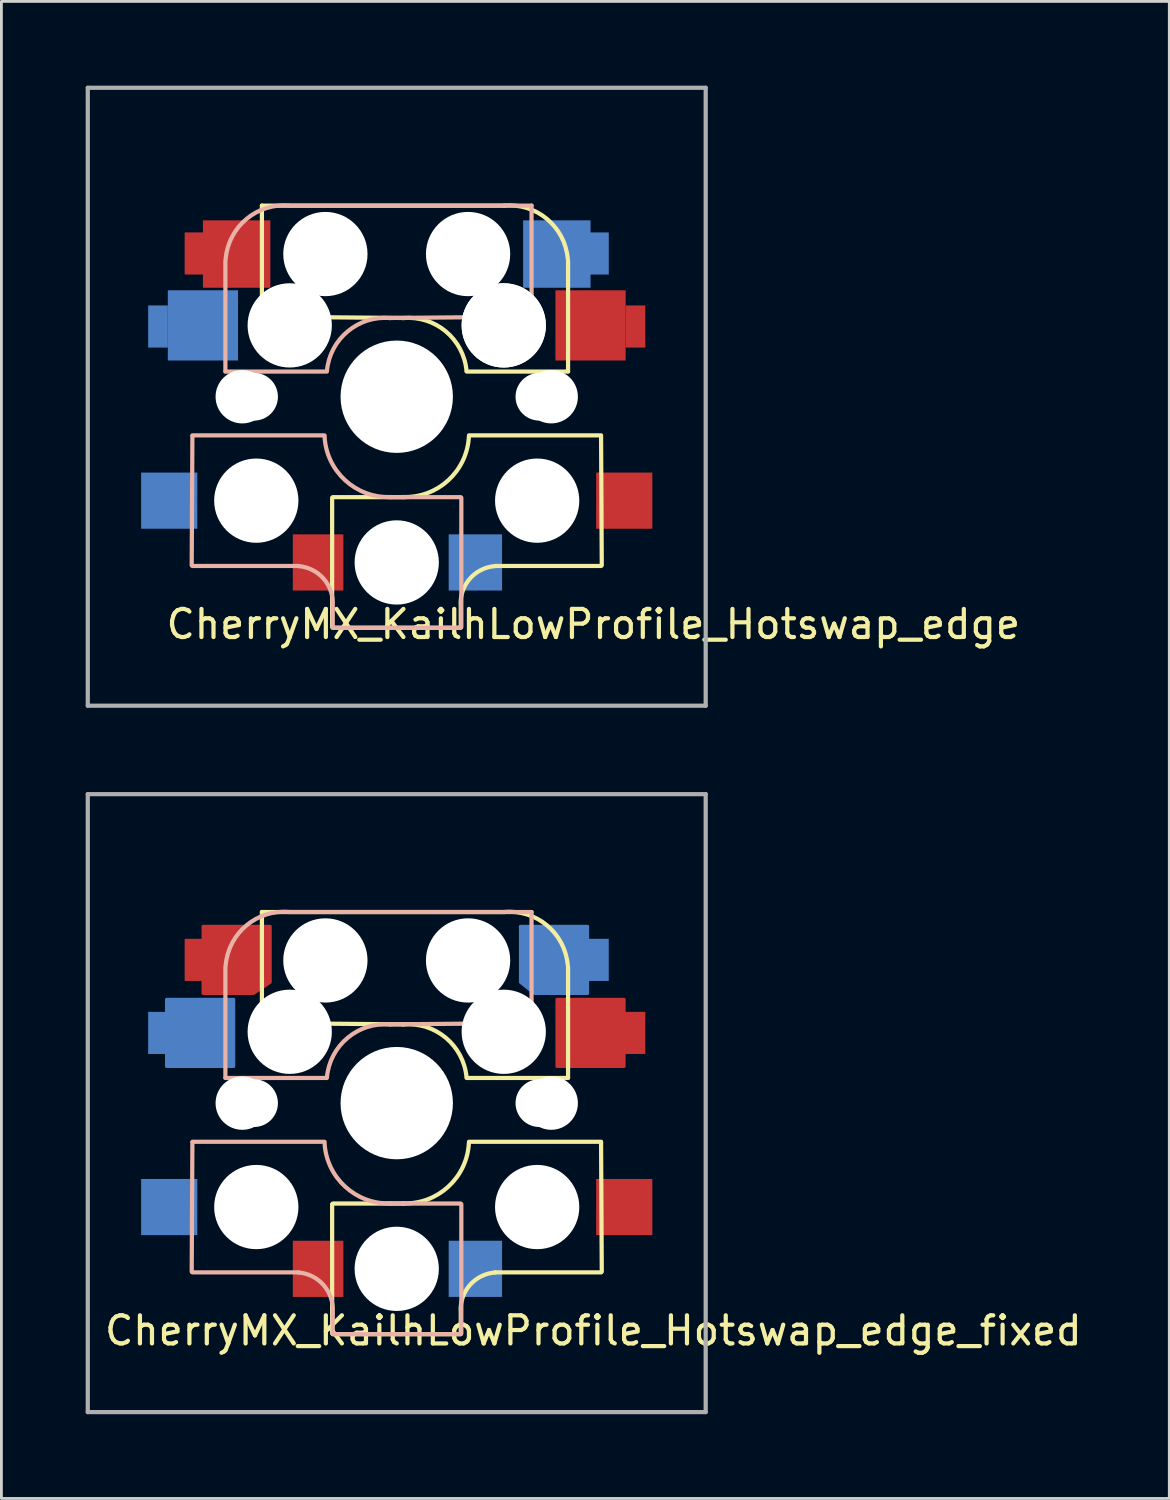
<source format=kicad_pcb>
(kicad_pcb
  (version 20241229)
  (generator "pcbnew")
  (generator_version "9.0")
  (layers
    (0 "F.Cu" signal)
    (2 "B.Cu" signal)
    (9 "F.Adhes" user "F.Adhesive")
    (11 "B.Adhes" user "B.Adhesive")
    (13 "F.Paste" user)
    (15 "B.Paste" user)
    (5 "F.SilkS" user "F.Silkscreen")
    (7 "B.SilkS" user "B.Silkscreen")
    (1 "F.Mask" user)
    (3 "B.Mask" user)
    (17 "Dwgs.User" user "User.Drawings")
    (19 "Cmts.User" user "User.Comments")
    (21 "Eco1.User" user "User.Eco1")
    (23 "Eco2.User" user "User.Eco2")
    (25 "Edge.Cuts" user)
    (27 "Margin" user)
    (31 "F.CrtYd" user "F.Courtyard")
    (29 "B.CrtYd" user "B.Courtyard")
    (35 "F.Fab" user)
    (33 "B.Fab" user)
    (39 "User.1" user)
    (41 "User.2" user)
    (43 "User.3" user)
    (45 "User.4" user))
  (footprint "CherryMX_KailhLowProfile_Hotswap_edge"
    (layer "F.Cu")
    (at 11.075 11.075)
    (property "Reference" "CherryMX_KailhLowProfile_Hotswap_edge" (at 7 8.1 0) (layer "F.SilkS") (effects (font (size 1 1) (thickness 0.15))))
    (attr through_hole)
    (fp_line (start -4.8 -6.804) (end 3.825 -6.804) (stroke (width 0.15) (type solid)) (layer "F.SilkS"))
    (fp_line (start -4.8 -2.896) (end -4.8 -6.804) (stroke (width 0.15) (type solid)) (layer "F.SilkS"))
    (fp_line (start -4.8 -2.85) (end 0.25 -2.804) (stroke (width 0.15) (type solid)) (layer "F.SilkS"))
    (fp_line (start -2.3 3.6) (end -2.3 8.2) (stroke (width 0.15) (type solid)) (layer "F.SilkS"))
    (fp_line (start -2.275 3.575) (end 0.275 3.575) (stroke (width 0.15) (type solid)) (layer "F.SilkS"))
    (fp_line (start -2.275 8.225) (end 2.275 8.225) (stroke (width 0.15) (type solid)) (layer "F.SilkS"))
    (fp_line (start 2.28 7.5) (end 2.28 8.2) (stroke (width 0.15) (type solid)) (layer "F.SilkS"))
    (fp_line (start 2.575 1.375) (end 7.275 1.375) (stroke (width 0.15) (type solid)) (layer "F.SilkS"))
    (fp_line (start 3.5 6.025) (end 7.275 6.025) (stroke (width 0.15) (type solid)) (layer "F.SilkS"))
    (fp_line (start 6.1 -4.85) (end 6.1 -0.905) (stroke (width 0.15) (type solid)) (layer "F.SilkS"))
    (fp_line (start 6.1 -0.896) (end 2.49 -0.896) (stroke (width 0.15) (type solid)) (layer "F.SilkS"))
    (fp_line (start 7.275 1.4) (end 7.3 6) (stroke (width 0.15) (type solid)) (layer "F.SilkS"))
    (fp_arc (start 0.225 -2.8) (mid 1.744361 -2.328062) (end 2.485001 -0.920001) (stroke (width 0.15) (type solid)) (layer "F.SilkS"))
    (fp_arc (start 2.279999 7.449999) (mid 2.595908 6.487329) (end 3.5 6.03) (stroke (width 0.15) (type solid)) (layer "F.SilkS"))
    (fp_arc (start 2.57 1.4) (mid 1.834422 2.975843) (end 0.2 3.57) (stroke (width 0.15) (type solid)) (layer "F.SilkS"))
    (fp_arc (start 3.825 -6.804) (mid 5.347189 -6.33089) (end 6.089 -4.92) (stroke (width 0.15) (type solid)) (layer "F.SilkS"))
    (fp_line (start -7.275 1.4) (end -7.3 6) (stroke (width 0.15) (type solid)) (layer "B.SilkS"))
    (fp_line (start -6.1 -4.85) (end -6.1 -0.905) (stroke (width 0.15) (type solid)) (layer "B.SilkS"))
    (fp_line (start -6.1 -0.896) (end -2.49 -0.896) (stroke (width 0.15) (type solid)) (layer "B.SilkS"))
    (fp_line (start -3.5 6.025) (end -7.275 6.025) (stroke (width 0.15) (type solid)) (layer "B.SilkS"))
    (fp_line (start -2.575 1.375) (end -7.275 1.375) (stroke (width 0.15) (type solid)) (layer "B.SilkS"))
    (fp_line (start -2.28 7.5) (end -2.28 8.2) (stroke (width 0.15) (type solid)) (layer "B.SilkS"))
    (fp_line (start 2.275 3.575) (end -0.275 3.575) (stroke (width 0.15) (type solid)) (layer "B.SilkS"))
    (fp_line (start 2.275 8.225) (end -2.275 8.225) (stroke (width 0.15) (type solid)) (layer "B.SilkS"))
    (fp_line (start 2.3 3.6) (end 2.3 8.2) (stroke (width 0.15) (type solid)) (layer "B.SilkS"))
    (fp_line (start 4.8 -6.804) (end -3.825 -6.804) (stroke (width 0.15) (type solid)) (layer "B.SilkS"))
    (fp_line (start 4.8 -2.896) (end 4.8 -6.804) (stroke (width 0.15) (type solid)) (layer "B.SilkS"))
    (fp_line (start 4.8 -2.85) (end -0.25 -2.804) (stroke (width 0.15) (type solid)) (layer "B.SilkS"))
    (fp_arc (start -6.089 -4.92) (mid -5.347189 -6.33089) (end -3.825 -6.804) (stroke (width 0.15) (type solid)) (layer "B.SilkS"))
    (fp_arc (start -3.5 6.03) (mid -2.595908 6.48733) (end -2.28 7.45) (stroke (width 0.15) (type solid)) (layer "B.SilkS"))
    (fp_arc (start -2.484999 -0.920001) (mid -1.74436 -2.328062) (end -0.225 -2.8) (stroke (width 0.15) (type solid)) (layer "B.SilkS"))
    (fp_arc (start -0.2 3.57) (mid -1.834422 2.975843) (end -2.57 1.4) (stroke (width 0.15) (type solid)) (layer "B.SilkS"))
    (fp_line (start -9 -9) (end 9 -9) (stroke (width 0.15) (type solid)) (layer "Eco2.User"))
    (fp_line (start -9 9) (end -9 -9) (stroke (width 0.15) (type solid)) (layer "Eco2.User"))
    (fp_line (start -7 -7) (end 7 -7) (stroke (width 0.15) (type solid)) (layer "Eco2.User"))
    (fp_line (start -7 7) (end -7 -7) (stroke (width 0.15) (type solid)) (layer "Eco2.User"))
    (fp_line (start 7 -7) (end 7 7) (stroke (width 0.15) (type solid)) (layer "Eco2.User"))
    (fp_line (start 7 7) (end -7 7) (stroke (width 0.15) (type solid)) (layer "Eco2.User"))
    (fp_line (start 9 -9) (end 9 9) (stroke (width 0.15) (type solid)) (layer "Eco2.User"))
    (fp_line (start 9 9) (end -9 9) (stroke (width 0.15) (type solid)) (layer "Eco2.User"))
    (fp_line (start -11 -11) (end -11 11) (stroke (width 0.15) (type solid)) (layer "F.Fab"))
    (fp_line (start -11 11) (end 11 11) (stroke (width 0.15) (type solid)) (layer "F.Fab"))
    (fp_line (start 11 -11) (end -11 -11) (stroke (width 0.15) (type solid)) (layer "F.Fab"))
    (fp_line (start 11 11) (end 11 -11) (stroke (width 0.15) (type solid)) (layer "F.Fab"))
    (pad "" np_thru_hole circle (at -5.5 0 90) (size 1.9 1.9) (drill 1.9) (layers "*.Cu" "*.Mask"))
    (pad "" np_thru_hole circle (at -5.08 0) (size 1.7 1.7) (drill 1.7) (layers "*.Cu" "*.Mask"))
    (pad "" np_thru_hole circle (at -5 3.7 90) (size 3 3) (drill 3) (layers "*.Cu" "*.Mask"))
    (pad "" np_thru_hole circle (at -3.825 -2.58 180) (size 0.1 0.1) (drill 0.1) (layers "*.Cu" "*.Mask"))
    (pad "" np_thru_hole circle (at -3.81 -2.54 180) (size 3 3) (drill 3) (layers "*.Cu" "*.Mask"))
    (pad "" np_thru_hole circle (at -2.54 -5.08 180) (size 3 3) (drill 3) (layers "*.Cu" "*.Mask"))
    (pad "" np_thru_hole circle (at 0 0 90) (size 4 4) (drill 4) (layers "*.Cu" "*.Mask"))
    (pad "" np_thru_hole circle (at 0 5.9 90) (size 3 3) (drill 3) (layers "*.Cu" "*.Mask"))
    (pad "" np_thru_hole circle (at 2.54 -5.08 180) (size 3 3) (drill 3) (layers "*.Cu" "*.Mask"))
    (pad "" np_thru_hole circle (at 3.81 -2.54 180) (size 3 3) (drill 3) (layers "*.Cu" "*.Mask"))
    (pad "" np_thru_hole circle (at 3.81 -2.54 180) (size 3 3) (drill 3) (layers "*.Cu" "*.Mask"))
    (pad "" np_thru_hole circle (at 3.825 -2.58 180) (size 0.1 0.1) (drill 0.1) (layers "*.Cu" "*.Mask"))
    (pad "" np_thru_hole circle (at 5 3.7 270) (size 3 3) (drill 3) (layers "*.Cu" "*.Mask"))
    (pad "" np_thru_hole circle (at 5.08 0) (size 1.7 1.7) (drill 1.7) (layers "*.Cu" "*.Mask"))
    (pad "" np_thru_hole circle (at 5.5 0 90) (size 1.9 1.9) (drill 1.9) (layers "*.Cu" "*.Mask"))
    (pad "1" smd rect (at -8.5 -2.5) (size 0.7 1.5) (layers "B.Cu" "B.Mask" "B.Paste"))
    (pad "1" smd rect (at -8.1 3.7 180) (size 2 2) (layers "B.Cu" "B.Mask" "B.Paste"))
    (pad "1" smd rect (at -7.2 -5.1) (size 0.7 1.5) (layers "F.Cu" "F.Mask" "F.Paste"))
    (pad "1" smd rect (at -6.9 -2.54 180) (size 2.5 2.5) (layers "B.Cu" "B.Mask" "B.Paste"))
    (pad "1" smd rect (at -5.7 -5.08 180) (size 2.4 2.4) (layers "F.Cu" "F.Mask" "F.Paste"))
    (pad "1" smd rect (at 8.1 3.7 180) (size 2 2) (layers "F.Cu" "F.Mask" "F.Paste"))
    (pad "2" smd rect (at -2.8 5.9 180) (size 1.8 2) (layers "F.Cu" "F.Mask" "F.Paste"))
    (pad "2" smd rect (at 2.8 5.9 180) (size 1.9 2) (layers "B.Cu" "B.Mask" "B.Paste"))
    (pad "2" smd rect (at 5.7 -5.08 180) (size 2.4 2.4) (layers "B.Cu" "B.Mask" "B.Paste"))
    (pad "2" smd rect (at 6.9 -2.54 180) (size 2.5 2.5) (layers "F.Cu" "F.Mask" "F.Paste"))
    (pad "2" smd rect (at 7.2 -5.1) (size 0.7 1.5) (layers "B.Cu" "B.Mask" "B.Paste"))
    (pad "2" smd rect (at 8.5 -2.5) (size 0.7 1.5) (layers "F.Cu" "F.Mask" "F.Paste")))
  (footprint "CherryMX_KailhLowProfile_Hotswap_edge_fixed"
    (layer "F.Cu")
    (at 11.075 36.225)
    (property "Reference" "CherryMX_KailhLowProfile_Hotswap_edge_fixed" (at 7 8.1 0) (layer "F.SilkS") (effects (font (size 1 1) (thickness 0.15))))
    (attr through_hole)
    (fp_line (start -4.8 -6.804) (end 3.825 -6.804) (stroke (width 0.15) (type solid)) (layer "F.SilkS"))
    (fp_line (start -4.8 -2.896) (end -4.8 -6.804) (stroke (width 0.15) (type solid)) (layer "F.SilkS"))
    (fp_line (start -4.8 -2.85) (end 0.25 -2.804) (stroke (width 0.15) (type solid)) (layer "F.SilkS"))
    (fp_line (start -2.3 3.6) (end -2.3 8.2) (stroke (width 0.15) (type solid)) (layer "F.SilkS"))
    (fp_line (start -2.275 3.575) (end 0.275 3.575) (stroke (width 0.15) (type solid)) (layer "F.SilkS"))
    (fp_line (start -2.275 8.225) (end 2.275 8.225) (stroke (width 0.15) (type solid)) (layer "F.SilkS"))
    (fp_line (start 2.28 7.5) (end 2.28 8.2) (stroke (width 0.15) (type solid)) (layer "F.SilkS"))
    (fp_line (start 2.575 1.375) (end 7.275 1.375) (stroke (width 0.15) (type solid)) (layer "F.SilkS"))
    (fp_line (start 3.5 6.025) (end 7.275 6.025) (stroke (width 0.15) (type solid)) (layer "F.SilkS"))
    (fp_line (start 6.1 -4.85) (end 6.1 -0.905) (stroke (width 0.15) (type solid)) (layer "F.SilkS"))
    (fp_line (start 6.1 -0.896) (end 2.49 -0.896) (stroke (width 0.15) (type solid)) (layer "F.SilkS"))
    (fp_line (start 7.275 1.4) (end 7.3 6) (stroke (width 0.15) (type solid)) (layer "F.SilkS"))
    (fp_arc (start 0.225 -2.8) (mid 1.744361 -2.328062) (end 2.485001 -0.920001) (stroke (width 0.15) (type solid)) (layer "F.SilkS"))
    (fp_arc (start 2.279999 7.449999) (mid 2.595908 6.487329) (end 3.5 6.03) (stroke (width 0.15) (type solid)) (layer "F.SilkS"))
    (fp_arc (start 2.57 1.4) (mid 1.834422 2.975843) (end 0.2 3.57) (stroke (width 0.15) (type solid)) (layer "F.SilkS"))
    (fp_arc (start 3.825 -6.804) (mid 5.347189 -6.33089) (end 6.089 -4.92) (stroke (width 0.15) (type solid)) (layer "F.SilkS"))
    (fp_line (start -7.275 1.4) (end -7.3 6) (stroke (width 0.15) (type solid)) (layer "B.SilkS"))
    (fp_line (start -6.1 -4.85) (end -6.1 -0.905) (stroke (width 0.15) (type solid)) (layer "B.SilkS"))
    (fp_line (start -6.1 -0.896) (end -2.49 -0.896) (stroke (width 0.15) (type solid)) (layer "B.SilkS"))
    (fp_line (start -3.5 6.025) (end -7.275 6.025) (stroke (width 0.15) (type solid)) (layer "B.SilkS"))
    (fp_line (start -2.575 1.375) (end -7.275 1.375) (stroke (width 0.15) (type solid)) (layer "B.SilkS"))
    (fp_line (start -2.28 7.5) (end -2.28 8.2) (stroke (width 0.15) (type solid)) (layer "B.SilkS"))
    (fp_line (start 2.275 3.575) (end -0.275 3.575) (stroke (width 0.15) (type solid)) (layer "B.SilkS"))
    (fp_line (start 2.275 8.225) (end -2.275 8.225) (stroke (width 0.15) (type solid)) (layer "B.SilkS"))
    (fp_line (start 2.3 3.6) (end 2.3 8.2) (stroke (width 0.15) (type solid)) (layer "B.SilkS"))
    (fp_line (start 4.8 -6.804) (end -3.825 -6.804) (stroke (width 0.15) (type solid)) (layer "B.SilkS"))
    (fp_line (start 4.8 -2.896) (end 4.8 -6.804) (stroke (width 0.15) (type solid)) (layer "B.SilkS"))
    (fp_line (start 4.8 -2.85) (end -0.25 -2.804) (stroke (width 0.15) (type solid)) (layer "B.SilkS"))
    (fp_arc (start -6.089 -4.92) (mid -5.347189 -6.33089) (end -3.825 -6.804) (stroke (width 0.15) (type solid)) (layer "B.SilkS"))
    (fp_arc (start -3.5 6.03) (mid -2.595908 6.48733) (end -2.28 7.45) (stroke (width 0.15) (type solid)) (layer "B.SilkS"))
    (fp_arc (start -2.484999 -0.920001) (mid -1.74436 -2.328062) (end -0.225 -2.8) (stroke (width 0.15) (type solid)) (layer "B.SilkS"))
    (fp_arc (start -0.2 3.57) (mid -1.834422 2.975843) (end -2.57 1.4) (stroke (width 0.15) (type solid)) (layer "B.SilkS"))
    (fp_line (start -9 -9) (end 9 -9) (stroke (width 0.15) (type solid)) (layer "Eco2.User"))
    (fp_line (start -9 9) (end -9 -9) (stroke (width 0.15) (type solid)) (layer "Eco2.User"))
    (fp_line (start -7 -7) (end 7 -7) (stroke (width 0.15) (type solid)) (layer "Eco2.User"))
    (fp_line (start -7 7) (end -7 -7) (stroke (width 0.15) (type solid)) (layer "Eco2.User"))
    (fp_line (start 7 -7) (end 7 7) (stroke (width 0.15) (type solid)) (layer "Eco2.User"))
    (fp_line (start 7 7) (end -7 7) (stroke (width 0.15) (type solid)) (layer "Eco2.User"))
    (fp_line (start 9 -9) (end 9 9) (stroke (width 0.15) (type solid)) (layer "Eco2.User"))
    (fp_line (start 9 9) (end -9 9) (stroke (width 0.15) (type solid)) (layer "Eco2.User"))
    (fp_line (start -11 -11) (end -11 11) (stroke (width 0.15) (type solid)) (layer "F.Fab"))
    (fp_line (start -11 11) (end 11 11) (stroke (width 0.15) (type solid)) (layer "F.Fab"))
    (fp_line (start 11 -11) (end -11 -11) (stroke (width 0.15) (type solid)) (layer "F.Fab"))
    (fp_line (start 11 11) (end 11 -11) (stroke (width 0.15) (type solid)) (layer "F.Fab"))
    (pad "" np_thru_hole circle (at -5.5 0 90) (size 1.9 1.9) (drill 1.9) (layers "*.Cu" "*.Mask"))
    (pad "" np_thru_hole circle (at -5.08 0) (size 1.7 1.7) (drill 1.7) (layers "*.Cu" "*.Mask"))
    (pad "" np_thru_hole circle (at -5 3.7 90) (size 3 3) (drill 3) (layers "*.Cu" "*.Mask"))
    (pad "" np_thru_hole circle (at -3.81 -2.54 180) (size 3 3) (drill 3) (layers "*.Cu" "*.Mask"))
    (pad "" np_thru_hole circle (at -2.54 -5.08 180) (size 3 3) (drill 3) (layers "*.Cu" "*.Mask"))
    (pad "" np_thru_hole circle (at 0 0 90) (size 4 4) (drill 4) (layers "*.Cu" "*.Mask"))
    (pad "" np_thru_hole circle (at 0 5.9 90) (size 3 3) (drill 3) (layers "*.Cu" "*.Mask"))
    (pad "" np_thru_hole circle (at 2.54 -5.08 180) (size 3 3) (drill 3) (layers "*.Cu" "*.Mask"))
    (pad "" np_thru_hole circle (at 3.81 -2.54 180) (size 3 3) (drill 3) (layers "*.Cu" "*.Mask"))
    (pad "" np_thru_hole circle (at 5 3.7 270) (size 3 3) (drill 3) (layers "*.Cu" "*.Mask"))
    (pad "" np_thru_hole circle (at 5.08 0) (size 1.7 1.7) (drill 1.7) (layers "*.Cu" "*.Mask"))
    (pad "" np_thru_hole circle (at 5.5 0 90) (size 1.9 1.9) (drill 1.9) (layers "*.Cu" "*.Mask"))
    (pad "1" smd custom (at -8.5 -2.5) (size 0.7 1.5) (layers "B.Cu" "B.Mask" "B.Paste") (options (anchor rect)) (primitives (gr_poly (pts (xy 0.3 -1.2) (xy 2.7 -1.2) (xy 2.7 1.2) (xy 0.3 1.2)) (width 0.1) (fill yes))))
    (pad "1" smd rect (at -8.1 3.7 180) (size 2 2) (layers "B.Cu" "B.Mask" "B.Paste"))
    (pad "1" smd custom (at -7.2 -5.1) (size 0.7 1.5) (layers "F.Cu" "F.Mask" "F.Paste") (options (anchor rect)) (primitives (gr_poly (pts (xy 0.3 -1.2) (xy 0.3 1.2) (xy 2.1 1.2) (xy 2.7 0.8) (xy 2.7 -1.2)) (width 0.1) (fill yes))))
    (pad "1" smd rect (at 8.1 3.7 180) (size 2 2) (layers "F.Cu" "F.Mask" "F.Paste"))
    (pad "2" smd rect (at -2.8 5.9 180) (size 1.8 2) (layers "F.Cu" "F.Mask" "F.Paste"))
    (pad "2" smd rect (at 2.8 5.9 180) (size 1.9 2) (layers "B.Cu" "B.Mask" "B.Paste"))
    (pad "2" smd custom (at 7.2 -5.1) (size 0.7 1.5) (layers "B.Cu" "B.Mask" "B.Paste") (options (anchor rect)) (primitives (gr_poly (pts (xy -0.4 -1.2) (xy -2.8 -1.2) (xy -2.8 0.8) (xy -2.3 1.2) (xy -0.4 1.2)) (width 0.1) (fill yes))))
    (pad "2" smd custom (at 8.5 -2.5) (size 0.7 1.5) (layers "F.Cu" "F.Mask" "F.Paste") (options (anchor rect)) (primitives (gr_poly (pts (xy -2.8 -1.2) (xy -0.4 -1.2) (xy -0.4 1.2) (xy -2.8 1.2)) (width 0.1) (fill yes)))))
  (gr_rect
    (start -3 -3)
    (end 38.581 50.3)
    (stroke (width 0.1) (type default))
    (fill no)
    (layer "Edge.Cuts")))
</source>
